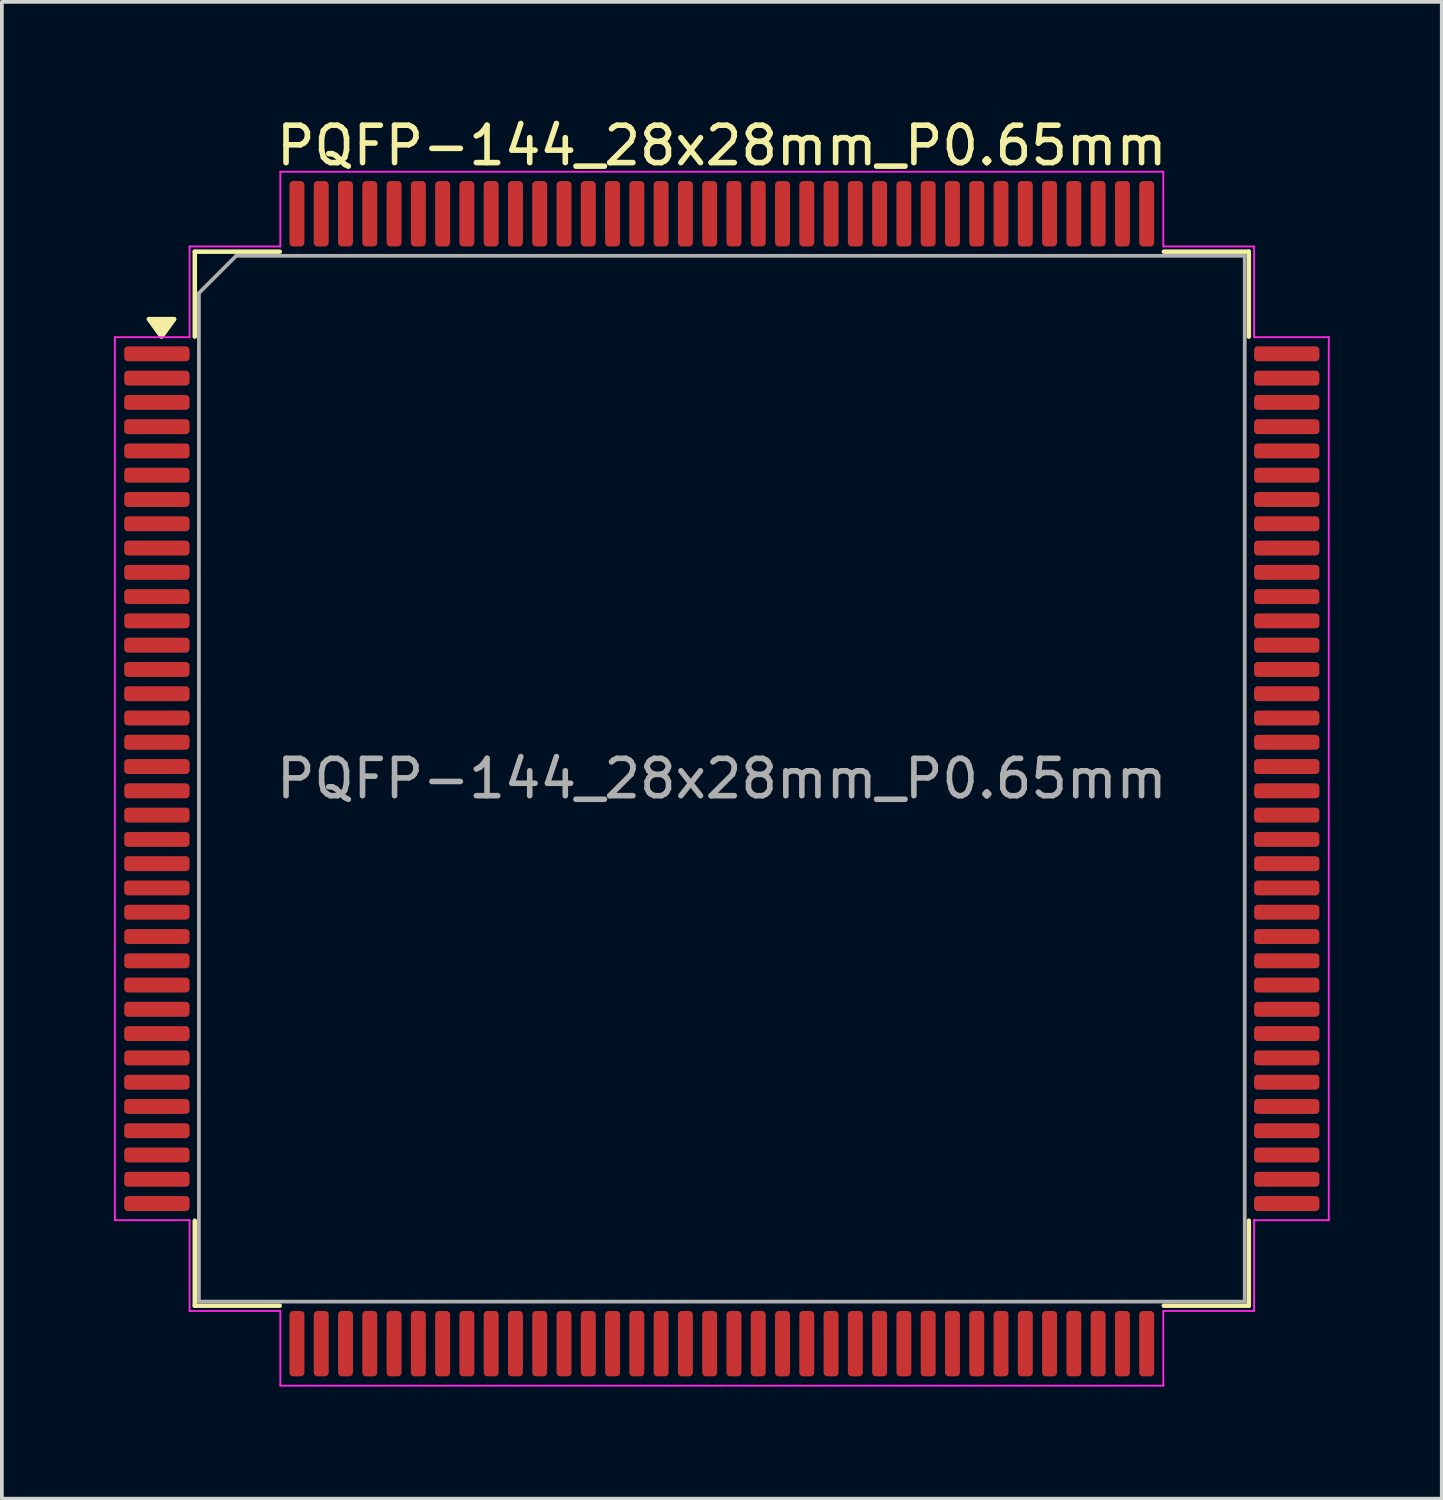
<source format=kicad_pcb>
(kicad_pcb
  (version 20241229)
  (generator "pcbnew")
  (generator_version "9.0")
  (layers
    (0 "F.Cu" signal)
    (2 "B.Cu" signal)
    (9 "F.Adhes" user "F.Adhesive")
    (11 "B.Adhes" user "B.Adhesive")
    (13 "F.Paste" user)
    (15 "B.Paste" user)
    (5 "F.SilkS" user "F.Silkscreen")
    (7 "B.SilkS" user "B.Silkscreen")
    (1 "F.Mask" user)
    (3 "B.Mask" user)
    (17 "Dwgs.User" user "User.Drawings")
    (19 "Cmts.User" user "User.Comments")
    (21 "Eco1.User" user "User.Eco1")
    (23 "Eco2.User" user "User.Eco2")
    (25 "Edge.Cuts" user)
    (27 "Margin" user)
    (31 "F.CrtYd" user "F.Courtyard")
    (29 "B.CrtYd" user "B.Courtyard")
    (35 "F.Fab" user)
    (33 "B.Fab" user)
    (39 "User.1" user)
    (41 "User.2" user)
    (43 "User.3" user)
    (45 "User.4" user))
  (footprint "PQFP-144_28x28mm_P0.65mm"
    (layer "F.Cu")
    (at 16.275 17.798)
    (property "Reference" "PQFP-144_28x28mm_P0.65mm" (at 0 -16.95 0) (layer "F.SilkS") (effects (font (size 1 1) (thickness 0.15))))
    (attr smd)
    (fp_line (start -14.11 -14.11) (end -14.11 -11.835) (stroke (width 0.12) (type solid)) (layer "F.SilkS"))
    (fp_line (start -14.11 14.11) (end -14.11 11.835) (stroke (width 0.12) (type solid)) (layer "F.SilkS"))
    (fp_line (start -11.835 -14.11) (end -14.11 -14.11) (stroke (width 0.12) (type solid)) (layer "F.SilkS"))
    (fp_line (start -11.835 14.11) (end -14.11 14.11) (stroke (width 0.12) (type solid)) (layer "F.SilkS"))
    (fp_line (start 11.835 -14.11) (end 14.11 -14.11) (stroke (width 0.12) (type solid)) (layer "F.SilkS"))
    (fp_line (start 11.835 14.11) (end 14.11 14.11) (stroke (width 0.12) (type solid)) (layer "F.SilkS"))
    (fp_line (start 14.11 -14.11) (end 14.11 -11.835) (stroke (width 0.12) (type solid)) (layer "F.SilkS"))
    (fp_line (start 14.11 14.11) (end 14.11 11.835) (stroke (width 0.12) (type solid)) (layer "F.SilkS"))
    (fp_poly (pts (xy -15 -11.835) (xy -15.34 -12.305) (xy -14.66 -12.305) (xy -15 -11.835)) (stroke (width 0.12) (type solid)) (fill yes) (layer "F.SilkS"))
    (fp_line (start -16.25 -11.82) (end -16.25 0) (stroke (width 0.05) (type solid)) (layer "F.CrtYd"))
    (fp_line (start -16.25 11.82) (end -16.25 0) (stroke (width 0.05) (type solid)) (layer "F.CrtYd"))
    (fp_line (start -14.25 -14.25) (end -14.25 -11.82) (stroke (width 0.05) (type solid)) (layer "F.CrtYd"))
    (fp_line (start -14.25 -11.82) (end -16.25 -11.82) (stroke (width 0.05) (type solid)) (layer "F.CrtYd"))
    (fp_line (start -14.25 11.82) (end -16.25 11.82) (stroke (width 0.05) (type solid)) (layer "F.CrtYd"))
    (fp_line (start -14.25 14.25) (end -14.25 11.82) (stroke (width 0.05) (type solid)) (layer "F.CrtYd"))
    (fp_line (start -11.82 -16.25) (end -11.82 -14.25) (stroke (width 0.05) (type solid)) (layer "F.CrtYd"))
    (fp_line (start -11.82 -14.25) (end -14.25 -14.25) (stroke (width 0.05) (type solid)) (layer "F.CrtYd"))
    (fp_line (start -11.82 14.25) (end -14.25 14.25) (stroke (width 0.05) (type solid)) (layer "F.CrtYd"))
    (fp_line (start -11.82 16.25) (end -11.82 14.25) (stroke (width 0.05) (type solid)) (layer "F.CrtYd"))
    (fp_line (start 0 -16.25) (end -11.82 -16.25) (stroke (width 0.05) (type solid)) (layer "F.CrtYd"))
    (fp_line (start 0 -16.25) (end 11.82 -16.25) (stroke (width 0.05) (type solid)) (layer "F.CrtYd"))
    (fp_line (start 0 16.25) (end -11.82 16.25) (stroke (width 0.05) (type solid)) (layer "F.CrtYd"))
    (fp_line (start 0 16.25) (end 11.82 16.25) (stroke (width 0.05) (type solid)) (layer "F.CrtYd"))
    (fp_line (start 11.82 -16.25) (end 11.82 -14.25) (stroke (width 0.05) (type solid)) (layer "F.CrtYd"))
    (fp_line (start 11.82 -14.25) (end 14.25 -14.25) (stroke (width 0.05) (type solid)) (layer "F.CrtYd"))
    (fp_line (start 11.82 14.25) (end 14.25 14.25) (stroke (width 0.05) (type solid)) (layer "F.CrtYd"))
    (fp_line (start 11.82 16.25) (end 11.82 14.25) (stroke (width 0.05) (type solid)) (layer "F.CrtYd"))
    (fp_line (start 14.25 -14.25) (end 14.25 -11.82) (stroke (width 0.05) (type solid)) (layer "F.CrtYd"))
    (fp_line (start 14.25 -11.82) (end 16.25 -11.82) (stroke (width 0.05) (type solid)) (layer "F.CrtYd"))
    (fp_line (start 14.25 11.82) (end 16.25 11.82) (stroke (width 0.05) (type solid)) (layer "F.CrtYd"))
    (fp_line (start 14.25 14.25) (end 14.25 11.82) (stroke (width 0.05) (type solid)) (layer "F.CrtYd"))
    (fp_line (start 16.25 -11.82) (end 16.25 0) (stroke (width 0.05) (type solid)) (layer "F.CrtYd"))
    (fp_line (start 16.25 11.82) (end 16.25 0) (stroke (width 0.05) (type solid)) (layer "F.CrtYd"))
    (fp_line (start -14 -13) (end -13 -14) (stroke (width 0.1) (type solid)) (layer "F.Fab"))
    (fp_line (start -14 14) (end -14 -13) (stroke (width 0.1) (type solid)) (layer "F.Fab"))
    (fp_line (start -13 -14) (end 14 -14) (stroke (width 0.1) (type solid)) (layer "F.Fab"))
    (fp_line (start 14 -14) (end 14 14) (stroke (width 0.1) (type solid)) (layer "F.Fab"))
    (fp_line (start 14 14) (end -14 14) (stroke (width 0.1) (type solid)) (layer "F.Fab"))
    (fp_text user "${REFERENCE}" (at 0 0 0) (layer "F.Fab") (effects (font (size 1 1) (thickness 0.15))))
    (pad "1" smd roundrect (at -15.125 -11.375) (size 1.75 0.4) (layers "F.Cu" "F.Mask" "F.Paste") (roundrect_rratio 0.25))
    (pad "2" smd roundrect (at -15.125 -10.725) (size 1.75 0.4) (layers "F.Cu" "F.Mask" "F.Paste") (roundrect_rratio 0.25))
    (pad "3" smd roundrect (at -15.125 -10.075) (size 1.75 0.4) (layers "F.Cu" "F.Mask" "F.Paste") (roundrect_rratio 0.25))
    (pad "4" smd roundrect (at -15.125 -9.425) (size 1.75 0.4) (layers "F.Cu" "F.Mask" "F.Paste") (roundrect_rratio 0.25))
    (pad "5" smd roundrect (at -15.125 -8.775) (size 1.75 0.4) (layers "F.Cu" "F.Mask" "F.Paste") (roundrect_rratio 0.25))
    (pad "6" smd roundrect (at -15.125 -8.125) (size 1.75 0.4) (layers "F.Cu" "F.Mask" "F.Paste") (roundrect_rratio 0.25))
    (pad "7" smd roundrect (at -15.125 -7.475) (size 1.75 0.4) (layers "F.Cu" "F.Mask" "F.Paste") (roundrect_rratio 0.25))
    (pad "8" smd roundrect (at -15.125 -6.825) (size 1.75 0.4) (layers "F.Cu" "F.Mask" "F.Paste") (roundrect_rratio 0.25))
    (pad "9" smd roundrect (at -15.125 -6.175) (size 1.75 0.4) (layers "F.Cu" "F.Mask" "F.Paste") (roundrect_rratio 0.25))
    (pad "10" smd roundrect (at -15.125 -5.525) (size 1.75 0.4) (layers "F.Cu" "F.Mask" "F.Paste") (roundrect_rratio 0.25))
    (pad "11" smd roundrect (at -15.125 -4.875) (size 1.75 0.4) (layers "F.Cu" "F.Mask" "F.Paste") (roundrect_rratio 0.25))
    (pad "12" smd roundrect (at -15.125 -4.225) (size 1.75 0.4) (layers "F.Cu" "F.Mask" "F.Paste") (roundrect_rratio 0.25))
    (pad "13" smd roundrect (at -15.125 -3.575) (size 1.75 0.4) (layers "F.Cu" "F.Mask" "F.Paste") (roundrect_rratio 0.25))
    (pad "14" smd roundrect (at -15.125 -2.925) (size 1.75 0.4) (layers "F.Cu" "F.Mask" "F.Paste") (roundrect_rratio 0.25))
    (pad "15" smd roundrect (at -15.125 -2.275) (size 1.75 0.4) (layers "F.Cu" "F.Mask" "F.Paste") (roundrect_rratio 0.25))
    (pad "16" smd roundrect (at -15.125 -1.625) (size 1.75 0.4) (layers "F.Cu" "F.Mask" "F.Paste") (roundrect_rratio 0.25))
    (pad "17" smd roundrect (at -15.125 -0.975) (size 1.75 0.4) (layers "F.Cu" "F.Mask" "F.Paste") (roundrect_rratio 0.25))
    (pad "18" smd roundrect (at -15.125 -0.325) (size 1.75 0.4) (layers "F.Cu" "F.Mask" "F.Paste") (roundrect_rratio 0.25))
    (pad "19" smd roundrect (at -15.125 0.325) (size 1.75 0.4) (layers "F.Cu" "F.Mask" "F.Paste") (roundrect_rratio 0.25))
    (pad "20" smd roundrect (at -15.125 0.975) (size 1.75 0.4) (layers "F.Cu" "F.Mask" "F.Paste") (roundrect_rratio 0.25))
    (pad "21" smd roundrect (at -15.125 1.625) (size 1.75 0.4) (layers "F.Cu" "F.Mask" "F.Paste") (roundrect_rratio 0.25))
    (pad "22" smd roundrect (at -15.125 2.275) (size 1.75 0.4) (layers "F.Cu" "F.Mask" "F.Paste") (roundrect_rratio 0.25))
    (pad "23" smd roundrect (at -15.125 2.925) (size 1.75 0.4) (layers "F.Cu" "F.Mask" "F.Paste") (roundrect_rratio 0.25))
    (pad "24" smd roundrect (at -15.125 3.575) (size 1.75 0.4) (layers "F.Cu" "F.Mask" "F.Paste") (roundrect_rratio 0.25))
    (pad "25" smd roundrect (at -15.125 4.225) (size 1.75 0.4) (layers "F.Cu" "F.Mask" "F.Paste") (roundrect_rratio 0.25))
    (pad "26" smd roundrect (at -15.125 4.875) (size 1.75 0.4) (layers "F.Cu" "F.Mask" "F.Paste") (roundrect_rratio 0.25))
    (pad "27" smd roundrect (at -15.125 5.525) (size 1.75 0.4) (layers "F.Cu" "F.Mask" "F.Paste") (roundrect_rratio 0.25))
    (pad "28" smd roundrect (at -15.125 6.175) (size 1.75 0.4) (layers "F.Cu" "F.Mask" "F.Paste") (roundrect_rratio 0.25))
    (pad "29" smd roundrect (at -15.125 6.825) (size 1.75 0.4) (layers "F.Cu" "F.Mask" "F.Paste") (roundrect_rratio 0.25))
    (pad "30" smd roundrect (at -15.125 7.475) (size 1.75 0.4) (layers "F.Cu" "F.Mask" "F.Paste") (roundrect_rratio 0.25))
    (pad "31" smd roundrect (at -15.125 8.125) (size 1.75 0.4) (layers "F.Cu" "F.Mask" "F.Paste") (roundrect_rratio 0.25))
    (pad "32" smd roundrect (at -15.125 8.775) (size 1.75 0.4) (layers "F.Cu" "F.Mask" "F.Paste") (roundrect_rratio 0.25))
    (pad "33" smd roundrect (at -15.125 9.425) (size 1.75 0.4) (layers "F.Cu" "F.Mask" "F.Paste") (roundrect_rratio 0.25))
    (pad "34" smd roundrect (at -15.125 10.075) (size 1.75 0.4) (layers "F.Cu" "F.Mask" "F.Paste") (roundrect_rratio 0.25))
    (pad "35" smd roundrect (at -15.125 10.725) (size 1.75 0.4) (layers "F.Cu" "F.Mask" "F.Paste") (roundrect_rratio 0.25))
    (pad "36" smd roundrect (at -15.125 11.375) (size 1.75 0.4) (layers "F.Cu" "F.Mask" "F.Paste") (roundrect_rratio 0.25))
    (pad "37" smd roundrect (at -11.375 15.125) (size 0.4 1.75) (layers "F.Cu" "F.Mask" "F.Paste") (roundrect_rratio 0.25))
    (pad "38" smd roundrect (at -10.725 15.125) (size 0.4 1.75) (layers "F.Cu" "F.Mask" "F.Paste") (roundrect_rratio 0.25))
    (pad "39" smd roundrect (at -10.075 15.125) (size 0.4 1.75) (layers "F.Cu" "F.Mask" "F.Paste") (roundrect_rratio 0.25))
    (pad "40" smd roundrect (at -9.425 15.125) (size 0.4 1.75) (layers "F.Cu" "F.Mask" "F.Paste") (roundrect_rratio 0.25))
    (pad "41" smd roundrect (at -8.775 15.125) (size 0.4 1.75) (layers "F.Cu" "F.Mask" "F.Paste") (roundrect_rratio 0.25))
    (pad "42" smd roundrect (at -8.125 15.125) (size 0.4 1.75) (layers "F.Cu" "F.Mask" "F.Paste") (roundrect_rratio 0.25))
    (pad "43" smd roundrect (at -7.475 15.125) (size 0.4 1.75) (layers "F.Cu" "F.Mask" "F.Paste") (roundrect_rratio 0.25))
    (pad "44" smd roundrect (at -6.825 15.125) (size 0.4 1.75) (layers "F.Cu" "F.Mask" "F.Paste") (roundrect_rratio 0.25))
    (pad "45" smd roundrect (at -6.175 15.125) (size 0.4 1.75) (layers "F.Cu" "F.Mask" "F.Paste") (roundrect_rratio 0.25))
    (pad "46" smd roundrect (at -5.525 15.125) (size 0.4 1.75) (layers "F.Cu" "F.Mask" "F.Paste") (roundrect_rratio 0.25))
    (pad "47" smd roundrect (at -4.875 15.125) (size 0.4 1.75) (layers "F.Cu" "F.Mask" "F.Paste") (roundrect_rratio 0.25))
    (pad "48" smd roundrect (at -4.225 15.125) (size 0.4 1.75) (layers "F.Cu" "F.Mask" "F.Paste") (roundrect_rratio 0.25))
    (pad "49" smd roundrect (at -3.575 15.125) (size 0.4 1.75) (layers "F.Cu" "F.Mask" "F.Paste") (roundrect_rratio 0.25))
    (pad "50" smd roundrect (at -2.925 15.125) (size 0.4 1.75) (layers "F.Cu" "F.Mask" "F.Paste") (roundrect_rratio 0.25))
    (pad "51" smd roundrect (at -2.275 15.125) (size 0.4 1.75) (layers "F.Cu" "F.Mask" "F.Paste") (roundrect_rratio 0.25))
    (pad "52" smd roundrect (at -1.625 15.125) (size 0.4 1.75) (layers "F.Cu" "F.Mask" "F.Paste") (roundrect_rratio 0.25))
    (pad "53" smd roundrect (at -0.975 15.125) (size 0.4 1.75) (layers "F.Cu" "F.Mask" "F.Paste") (roundrect_rratio 0.25))
    (pad "54" smd roundrect (at -0.325 15.125) (size 0.4 1.75) (layers "F.Cu" "F.Mask" "F.Paste") (roundrect_rratio 0.25))
    (pad "55" smd roundrect (at 0.325 15.125) (size 0.4 1.75) (layers "F.Cu" "F.Mask" "F.Paste") (roundrect_rratio 0.25))
    (pad "56" smd roundrect (at 0.975 15.125) (size 0.4 1.75) (layers "F.Cu" "F.Mask" "F.Paste") (roundrect_rratio 0.25))
    (pad "57" smd roundrect (at 1.625 15.125) (size 0.4 1.75) (layers "F.Cu" "F.Mask" "F.Paste") (roundrect_rratio 0.25))
    (pad "58" smd roundrect (at 2.275 15.125) (size 0.4 1.75) (layers "F.Cu" "F.Mask" "F.Paste") (roundrect_rratio 0.25))
    (pad "59" smd roundrect (at 2.925 15.125) (size 0.4 1.75) (layers "F.Cu" "F.Mask" "F.Paste") (roundrect_rratio 0.25))
    (pad "60" smd roundrect (at 3.575 15.125) (size 0.4 1.75) (layers "F.Cu" "F.Mask" "F.Paste") (roundrect_rratio 0.25))
    (pad "61" smd roundrect (at 4.225 15.125) (size 0.4 1.75) (layers "F.Cu" "F.Mask" "F.Paste") (roundrect_rratio 0.25))
    (pad "62" smd roundrect (at 4.875 15.125) (size 0.4 1.75) (layers "F.Cu" "F.Mask" "F.Paste") (roundrect_rratio 0.25))
    (pad "63" smd roundrect (at 5.525 15.125) (size 0.4 1.75) (layers "F.Cu" "F.Mask" "F.Paste") (roundrect_rratio 0.25))
    (pad "64" smd roundrect (at 6.175 15.125) (size 0.4 1.75) (layers "F.Cu" "F.Mask" "F.Paste") (roundrect_rratio 0.25))
    (pad "65" smd roundrect (at 6.825 15.125) (size 0.4 1.75) (layers "F.Cu" "F.Mask" "F.Paste") (roundrect_rratio 0.25))
    (pad "66" smd roundrect (at 7.475 15.125) (size 0.4 1.75) (layers "F.Cu" "F.Mask" "F.Paste") (roundrect_rratio 0.25))
    (pad "67" smd roundrect (at 8.125 15.125) (size 0.4 1.75) (layers "F.Cu" "F.Mask" "F.Paste") (roundrect_rratio 0.25))
    (pad "68" smd roundrect (at 8.775 15.125) (size 0.4 1.75) (layers "F.Cu" "F.Mask" "F.Paste") (roundrect_rratio 0.25))
    (pad "69" smd roundrect (at 9.425 15.125) (size 0.4 1.75) (layers "F.Cu" "F.Mask" "F.Paste") (roundrect_rratio 0.25))
    (pad "70" smd roundrect (at 10.075 15.125) (size 0.4 1.75) (layers "F.Cu" "F.Mask" "F.Paste") (roundrect_rratio 0.25))
    (pad "71" smd roundrect (at 10.725 15.125) (size 0.4 1.75) (layers "F.Cu" "F.Mask" "F.Paste") (roundrect_rratio 0.25))
    (pad "72" smd roundrect (at 11.375 15.125) (size 0.4 1.75) (layers "F.Cu" "F.Mask" "F.Paste") (roundrect_rratio 0.25))
    (pad "73" smd roundrect (at 15.125 11.375) (size 1.75 0.4) (layers "F.Cu" "F.Mask" "F.Paste") (roundrect_rratio 0.25))
    (pad "74" smd roundrect (at 15.125 10.725) (size 1.75 0.4) (layers "F.Cu" "F.Mask" "F.Paste") (roundrect_rratio 0.25))
    (pad "75" smd roundrect (at 15.125 10.075) (size 1.75 0.4) (layers "F.Cu" "F.Mask" "F.Paste") (roundrect_rratio 0.25))
    (pad "76" smd roundrect (at 15.125 9.425) (size 1.75 0.4) (layers "F.Cu" "F.Mask" "F.Paste") (roundrect_rratio 0.25))
    (pad "77" smd roundrect (at 15.125 8.775) (size 1.75 0.4) (layers "F.Cu" "F.Mask" "F.Paste") (roundrect_rratio 0.25))
    (pad "78" smd roundrect (at 15.125 8.125) (size 1.75 0.4) (layers "F.Cu" "F.Mask" "F.Paste") (roundrect_rratio 0.25))
    (pad "79" smd roundrect (at 15.125 7.475) (size 1.75 0.4) (layers "F.Cu" "F.Mask" "F.Paste") (roundrect_rratio 0.25))
    (pad "80" smd roundrect (at 15.125 6.825) (size 1.75 0.4) (layers "F.Cu" "F.Mask" "F.Paste") (roundrect_rratio 0.25))
    (pad "81" smd roundrect (at 15.125 6.175) (size 1.75 0.4) (layers "F.Cu" "F.Mask" "F.Paste") (roundrect_rratio 0.25))
    (pad "82" smd roundrect (at 15.125 5.525) (size 1.75 0.4) (layers "F.Cu" "F.Mask" "F.Paste") (roundrect_rratio 0.25))
    (pad "83" smd roundrect (at 15.125 4.875) (size 1.75 0.4) (layers "F.Cu" "F.Mask" "F.Paste") (roundrect_rratio 0.25))
    (pad "84" smd roundrect (at 15.125 4.225) (size 1.75 0.4) (layers "F.Cu" "F.Mask" "F.Paste") (roundrect_rratio 0.25))
    (pad "85" smd roundrect (at 15.125 3.575) (size 1.75 0.4) (layers "F.Cu" "F.Mask" "F.Paste") (roundrect_rratio 0.25))
    (pad "86" smd roundrect (at 15.125 2.925) (size 1.75 0.4) (layers "F.Cu" "F.Mask" "F.Paste") (roundrect_rratio 0.25))
    (pad "87" smd roundrect (at 15.125 2.275) (size 1.75 0.4) (layers "F.Cu" "F.Mask" "F.Paste") (roundrect_rratio 0.25))
    (pad "88" smd roundrect (at 15.125 1.625) (size 1.75 0.4) (layers "F.Cu" "F.Mask" "F.Paste") (roundrect_rratio 0.25))
    (pad "89" smd roundrect (at 15.125 0.975) (size 1.75 0.4) (layers "F.Cu" "F.Mask" "F.Paste") (roundrect_rratio 0.25))
    (pad "90" smd roundrect (at 15.125 0.325) (size 1.75 0.4) (layers "F.Cu" "F.Mask" "F.Paste") (roundrect_rratio 0.25))
    (pad "91" smd roundrect (at 15.125 -0.325) (size 1.75 0.4) (layers "F.Cu" "F.Mask" "F.Paste") (roundrect_rratio 0.25))
    (pad "92" smd roundrect (at 15.125 -0.975) (size 1.75 0.4) (layers "F.Cu" "F.Mask" "F.Paste") (roundrect_rratio 0.25))
    (pad "93" smd roundrect (at 15.125 -1.625) (size 1.75 0.4) (layers "F.Cu" "F.Mask" "F.Paste") (roundrect_rratio 0.25))
    (pad "94" smd roundrect (at 15.125 -2.275) (size 1.75 0.4) (layers "F.Cu" "F.Mask" "F.Paste") (roundrect_rratio 0.25))
    (pad "95" smd roundrect (at 15.125 -2.925) (size 1.75 0.4) (layers "F.Cu" "F.Mask" "F.Paste") (roundrect_rratio 0.25))
    (pad "96" smd roundrect (at 15.125 -3.575) (size 1.75 0.4) (layers "F.Cu" "F.Mask" "F.Paste") (roundrect_rratio 0.25))
    (pad "97" smd roundrect (at 15.125 -4.225) (size 1.75 0.4) (layers "F.Cu" "F.Mask" "F.Paste") (roundrect_rratio 0.25))
    (pad "98" smd roundrect (at 15.125 -4.875) (size 1.75 0.4) (layers "F.Cu" "F.Mask" "F.Paste") (roundrect_rratio 0.25))
    (pad "99" smd roundrect (at 15.125 -5.525) (size 1.75 0.4) (layers "F.Cu" "F.Mask" "F.Paste") (roundrect_rratio 0.25))
    (pad "100" smd roundrect (at 15.125 -6.175) (size 1.75 0.4) (layers "F.Cu" "F.Mask" "F.Paste") (roundrect_rratio 0.25))
    (pad "101" smd roundrect (at 15.125 -6.825) (size 1.75 0.4) (layers "F.Cu" "F.Mask" "F.Paste") (roundrect_rratio 0.25))
    (pad "102" smd roundrect (at 15.125 -7.475) (size 1.75 0.4) (layers "F.Cu" "F.Mask" "F.Paste") (roundrect_rratio 0.25))
    (pad "103" smd roundrect (at 15.125 -8.125) (size 1.75 0.4) (layers "F.Cu" "F.Mask" "F.Paste") (roundrect_rratio 0.25))
    (pad "104" smd roundrect (at 15.125 -8.775) (size 1.75 0.4) (layers "F.Cu" "F.Mask" "F.Paste") (roundrect_rratio 0.25))
    (pad "105" smd roundrect (at 15.125 -9.425) (size 1.75 0.4) (layers "F.Cu" "F.Mask" "F.Paste") (roundrect_rratio 0.25))
    (pad "106" smd roundrect (at 15.125 -10.075) (size 1.75 0.4) (layers "F.Cu" "F.Mask" "F.Paste") (roundrect_rratio 0.25))
    (pad "107" smd roundrect (at 15.125 -10.725) (size 1.75 0.4) (layers "F.Cu" "F.Mask" "F.Paste") (roundrect_rratio 0.25))
    (pad "108" smd roundrect (at 15.125 -11.375) (size 1.75 0.4) (layers "F.Cu" "F.Mask" "F.Paste") (roundrect_rratio 0.25))
    (pad "109" smd roundrect (at 11.375 -15.125) (size 0.4 1.75) (layers "F.Cu" "F.Mask" "F.Paste") (roundrect_rratio 0.25))
    (pad "110" smd roundrect (at 10.725 -15.125) (size 0.4 1.75) (layers "F.Cu" "F.Mask" "F.Paste") (roundrect_rratio 0.25))
    (pad "111" smd roundrect (at 10.075 -15.125) (size 0.4 1.75) (layers "F.Cu" "F.Mask" "F.Paste") (roundrect_rratio 0.25))
    (pad "112" smd roundrect (at 9.425 -15.125) (size 0.4 1.75) (layers "F.Cu" "F.Mask" "F.Paste") (roundrect_rratio 0.25))
    (pad "113" smd roundrect (at 8.775 -15.125) (size 0.4 1.75) (layers "F.Cu" "F.Mask" "F.Paste") (roundrect_rratio 0.25))
    (pad "114" smd roundrect (at 8.125 -15.125) (size 0.4 1.75) (layers "F.Cu" "F.Mask" "F.Paste") (roundrect_rratio 0.25))
    (pad "115" smd roundrect (at 7.475 -15.125) (size 0.4 1.75) (layers "F.Cu" "F.Mask" "F.Paste") (roundrect_rratio 0.25))
    (pad "116" smd roundrect (at 6.825 -15.125) (size 0.4 1.75) (layers "F.Cu" "F.Mask" "F.Paste") (roundrect_rratio 0.25))
    (pad "117" smd roundrect (at 6.175 -15.125) (size 0.4 1.75) (layers "F.Cu" "F.Mask" "F.Paste") (roundrect_rratio 0.25))
    (pad "118" smd roundrect (at 5.525 -15.125) (size 0.4 1.75) (layers "F.Cu" "F.Mask" "F.Paste") (roundrect_rratio 0.25))
    (pad "119" smd roundrect (at 4.875 -15.125) (size 0.4 1.75) (layers "F.Cu" "F.Mask" "F.Paste") (roundrect_rratio 0.25))
    (pad "120" smd roundrect (at 4.225 -15.125) (size 0.4 1.75) (layers "F.Cu" "F.Mask" "F.Paste") (roundrect_rratio 0.25))
    (pad "121" smd roundrect (at 3.575 -15.125) (size 0.4 1.75) (layers "F.Cu" "F.Mask" "F.Paste") (roundrect_rratio 0.25))
    (pad "122" smd roundrect (at 2.925 -15.125) (size 0.4 1.75) (layers "F.Cu" "F.Mask" "F.Paste") (roundrect_rratio 0.25))
    (pad "123" smd roundrect (at 2.275 -15.125) (size 0.4 1.75) (layers "F.Cu" "F.Mask" "F.Paste") (roundrect_rratio 0.25))
    (pad "124" smd roundrect (at 1.625 -15.125) (size 0.4 1.75) (layers "F.Cu" "F.Mask" "F.Paste") (roundrect_rratio 0.25))
    (pad "125" smd roundrect (at 0.975 -15.125) (size 0.4 1.75) (layers "F.Cu" "F.Mask" "F.Paste") (roundrect_rratio 0.25))
    (pad "126" smd roundrect (at 0.325 -15.125) (size 0.4 1.75) (layers "F.Cu" "F.Mask" "F.Paste") (roundrect_rratio 0.25))
    (pad "127" smd roundrect (at -0.325 -15.125) (size 0.4 1.75) (layers "F.Cu" "F.Mask" "F.Paste") (roundrect_rratio 0.25))
    (pad "128" smd roundrect (at -0.975 -15.125) (size 0.4 1.75) (layers "F.Cu" "F.Mask" "F.Paste") (roundrect_rratio 0.25))
    (pad "129" smd roundrect (at -1.625 -15.125) (size 0.4 1.75) (layers "F.Cu" "F.Mask" "F.Paste") (roundrect_rratio 0.25))
    (pad "130" smd roundrect (at -2.275 -15.125) (size 0.4 1.75) (layers "F.Cu" "F.Mask" "F.Paste") (roundrect_rratio 0.25))
    (pad "131" smd roundrect (at -2.925 -15.125) (size 0.4 1.75) (layers "F.Cu" "F.Mask" "F.Paste") (roundrect_rratio 0.25))
    (pad "132" smd roundrect (at -3.575 -15.125) (size 0.4 1.75) (layers "F.Cu" "F.Mask" "F.Paste") (roundrect_rratio 0.25))
    (pad "133" smd roundrect (at -4.225 -15.125) (size 0.4 1.75) (layers "F.Cu" "F.Mask" "F.Paste") (roundrect_rratio 0.25))
    (pad "134" smd roundrect (at -4.875 -15.125) (size 0.4 1.75) (layers "F.Cu" "F.Mask" "F.Paste") (roundrect_rratio 0.25))
    (pad "135" smd roundrect (at -5.525 -15.125) (size 0.4 1.75) (layers "F.Cu" "F.Mask" "F.Paste") (roundrect_rratio 0.25))
    (pad "136" smd roundrect (at -6.175 -15.125) (size 0.4 1.75) (layers "F.Cu" "F.Mask" "F.Paste") (roundrect_rratio 0.25))
    (pad "137" smd roundrect (at -6.825 -15.125) (size 0.4 1.75) (layers "F.Cu" "F.Mask" "F.Paste") (roundrect_rratio 0.25))
    (pad "138" smd roundrect (at -7.475 -15.125) (size 0.4 1.75) (layers "F.Cu" "F.Mask" "F.Paste") (roundrect_rratio 0.25))
    (pad "139" smd roundrect (at -8.125 -15.125) (size 0.4 1.75) (layers "F.Cu" "F.Mask" "F.Paste") (roundrect_rratio 0.25))
    (pad "140" smd roundrect (at -8.775 -15.125) (size 0.4 1.75) (layers "F.Cu" "F.Mask" "F.Paste") (roundrect_rratio 0.25))
    (pad "141" smd roundrect (at -9.425 -15.125) (size 0.4 1.75) (layers "F.Cu" "F.Mask" "F.Paste") (roundrect_rratio 0.25))
    (pad "142" smd roundrect (at -10.075 -15.125) (size 0.4 1.75) (layers "F.Cu" "F.Mask" "F.Paste") (roundrect_rratio 0.25))
    (pad "143" smd roundrect (at -10.725 -15.125) (size 0.4 1.75) (layers "F.Cu" "F.Mask" "F.Paste") (roundrect_rratio 0.25))
    (pad "144" smd roundrect (at -11.375 -15.125) (size 0.4 1.75) (layers "F.Cu" "F.Mask" "F.Paste") (roundrect_rratio 0.25)))
  (gr_rect
    (start -3 -3)
    (end 35.55 37.073)
    (stroke (width 0.1) (type default))
    (fill no)
    (layer "Edge.Cuts")))
</source>
